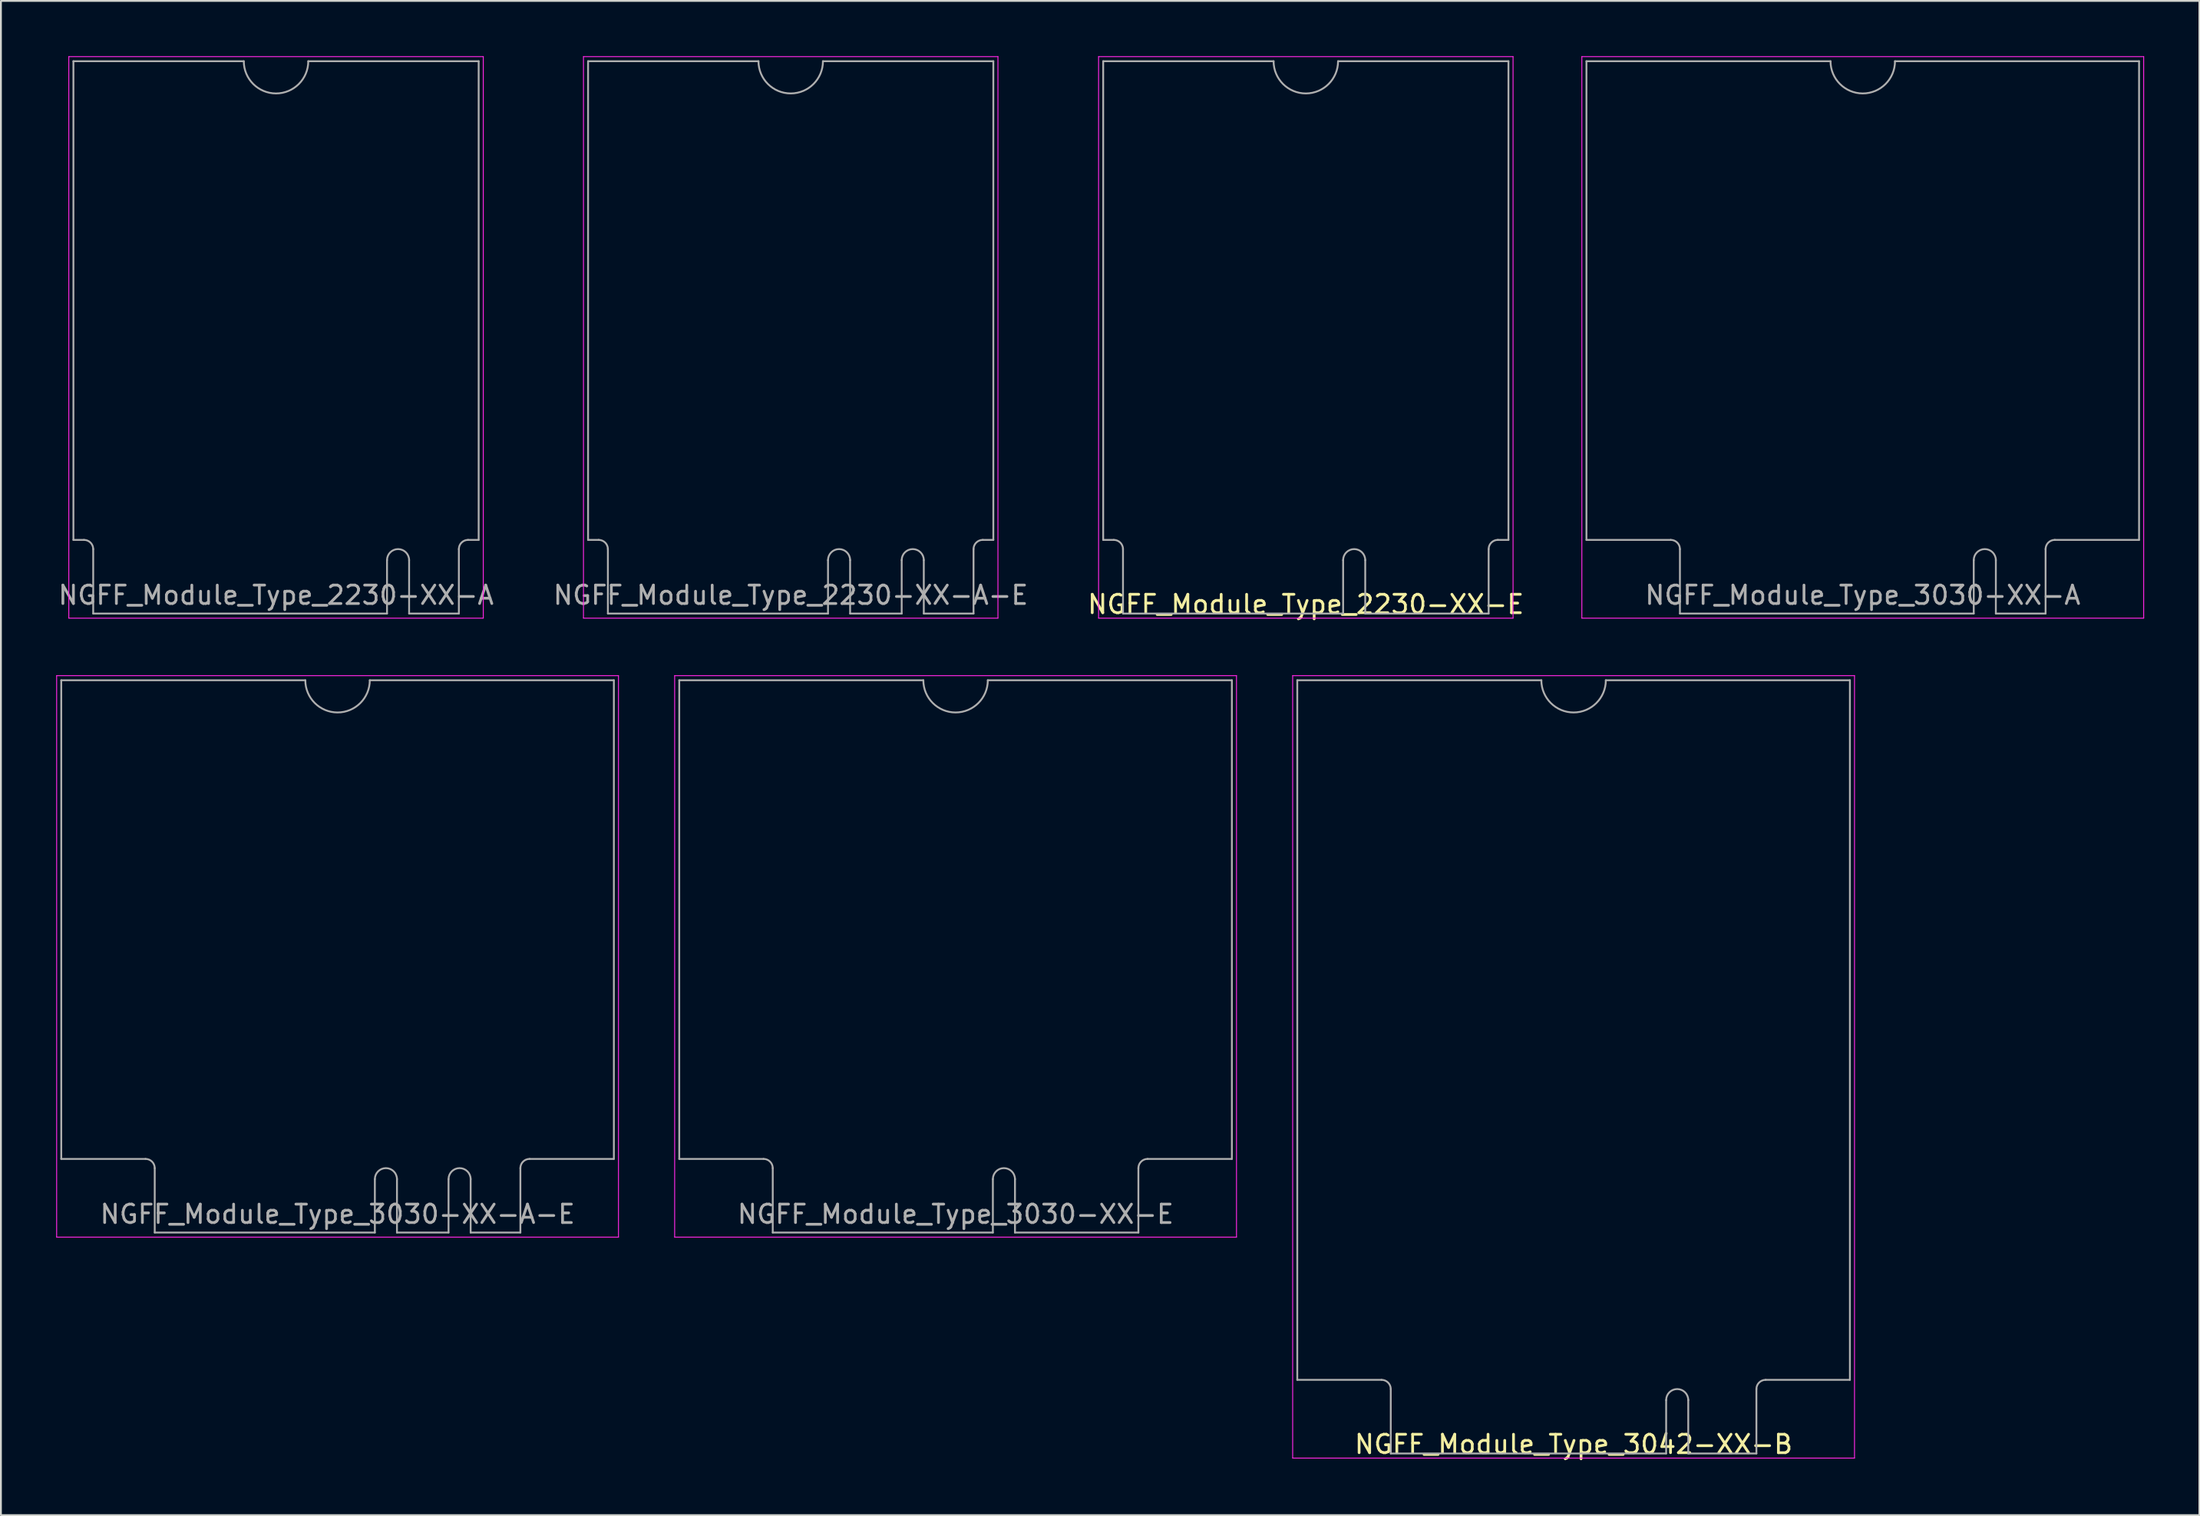
<source format=kicad_pcb>
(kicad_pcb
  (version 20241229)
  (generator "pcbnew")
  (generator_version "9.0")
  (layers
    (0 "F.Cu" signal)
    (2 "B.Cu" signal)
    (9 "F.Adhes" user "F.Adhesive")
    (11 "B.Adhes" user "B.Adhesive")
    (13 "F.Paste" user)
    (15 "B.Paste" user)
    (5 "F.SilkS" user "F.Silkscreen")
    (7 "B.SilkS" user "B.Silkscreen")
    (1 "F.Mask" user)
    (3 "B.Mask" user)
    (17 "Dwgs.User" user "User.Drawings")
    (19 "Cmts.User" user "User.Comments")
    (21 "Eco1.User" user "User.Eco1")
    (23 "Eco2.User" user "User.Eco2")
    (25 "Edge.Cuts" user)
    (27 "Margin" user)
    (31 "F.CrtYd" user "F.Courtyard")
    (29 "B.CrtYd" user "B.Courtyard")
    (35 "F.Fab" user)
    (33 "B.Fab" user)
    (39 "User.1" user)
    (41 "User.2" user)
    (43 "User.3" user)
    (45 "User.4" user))
  (footprint "NGFF_Module_Type_2230-XX-A"
    (layer "F.Cu")
    (at 11.935 30.275)
    (property "Reference" "NGFF_Module_Type_2230-XX-A" (at 0 -1 0) (unlocked yes) (layer "F.Fab") (effects (font (size 1 1) (thickness 0.15))))
    (attr exclude_from_pos_files exclude_from_bom)
    (fp_line (start -11.25 -30.25) (end 11.25 -30.25) (stroke (width 0.05) (type solid)) (layer "F.CrtYd"))
    (fp_line (start -11.25 0.25) (end -11.25 -30.25) (stroke (width 0.05) (type solid)) (layer "F.CrtYd"))
    (fp_line (start 11.25 -30.25) (end 11.25 0.25) (stroke (width 0.05) (type solid)) (layer "F.CrtYd"))
    (fp_line (start 11.25 0.25) (end -11.25 0.25) (stroke (width 0.05) (type solid)) (layer "F.CrtYd"))
    (fp_line (start -11 -30) (end -1.75 -30) (stroke (width 0.1) (type solid)) (layer "F.Fab"))
    (fp_line (start -11 -4) (end -11 -30) (stroke (width 0.1) (type solid)) (layer "F.Fab"))
    (fp_line (start -11 -4) (end -10.425 -4) (stroke (width 0.1) (type solid)) (layer "F.Fab"))
    (fp_line (start -9.925 -3.5) (end -9.925 0) (stroke (width 0.1) (type solid)) (layer "F.Fab"))
    (fp_line (start -9.925 0) (end 6.025 0) (stroke (width 0.1) (type solid)) (layer "F.Fab"))
    (fp_line (start 1.75 -30) (end 11 -30) (stroke (width 0.1) (type solid)) (layer "F.Fab"))
    (fp_line (start 6.025 0) (end 6.025 -2.9) (stroke (width 0.1) (type solid)) (layer "F.Fab"))
    (fp_line (start 7.225 -2.9) (end 7.225 0) (stroke (width 0.1) (type solid)) (layer "F.Fab"))
    (fp_line (start 7.225 0) (end 9.925 0) (stroke (width 0.1) (type solid)) (layer "F.Fab"))
    (fp_line (start 9.925 0) (end 9.925 -3.5) (stroke (width 0.1) (type solid)) (layer "F.Fab"))
    (fp_line (start 10.425 -4) (end 11 -4) (stroke (width 0.1) (type solid)) (layer "F.Fab"))
    (fp_line (start 11 -30) (end 11 -4) (stroke (width 0.1) (type solid)) (layer "F.Fab"))
    (fp_arc (start -10.425 -4) (mid -10.071448 -3.853554) (end -9.925002 -3.500002) (stroke (width 0.1) (type solid)) (layer "F.Fab"))
    (fp_arc (start 1.75 -30) (mid 0 -28.25) (end -1.75 -30) (stroke (width 0.1) (type solid)) (layer "F.Fab"))
    (fp_arc (start 6.025 -2.9) (mid 6.625 -3.5) (end 7.225 -2.9) (stroke (width 0.1) (type solid)) (layer "F.Fab"))
    (fp_arc (start 9.925 -3.5) (mid 10.071446 -3.853553) (end 10.424999 -3.999999) (stroke (width 0.1) (type solid)) (layer "F.Fab")))
  (footprint "NGFF_Module_Type_2230-XX-A-E"
    (layer "F.Cu")
    (at 39.875 30.275)
    (property "Reference" "NGFF_Module_Type_2230-XX-A-E" (at 0 -1 0) (unlocked yes) (layer "F.Fab") (effects (font (size 1 1) (thickness 0.15))))
    (attr exclude_from_pos_files exclude_from_bom)
    (fp_line (start -11.25 -30.25) (end 11.25 -30.25) (stroke (width 0.05) (type solid)) (layer "F.CrtYd"))
    (fp_line (start -11.25 0.25) (end -11.25 -30.25) (stroke (width 0.05) (type solid)) (layer "F.CrtYd"))
    (fp_line (start 11.25 -30.25) (end 11.25 0.25) (stroke (width 0.05) (type solid)) (layer "F.CrtYd"))
    (fp_line (start 11.25 0.25) (end -11.25 0.25) (stroke (width 0.05) (type solid)) (layer "F.CrtYd"))
    (fp_line (start -11 -30) (end -1.75 -30) (stroke (width 0.1) (type solid)) (layer "F.Fab"))
    (fp_line (start -11 -4) (end -11 -30) (stroke (width 0.1) (type solid)) (layer "F.Fab"))
    (fp_line (start -11 -4) (end -10.425 -4) (stroke (width 0.1) (type solid)) (layer "F.Fab"))
    (fp_line (start -9.925 -3.5) (end -9.925 0) (stroke (width 0.1) (type solid)) (layer "F.Fab"))
    (fp_line (start -9.925 0) (end 2.025 0) (stroke (width 0.1) (type solid)) (layer "F.Fab"))
    (fp_line (start 1.75 -30) (end 11 -30) (stroke (width 0.1) (type solid)) (layer "F.Fab"))
    (fp_line (start 2.025 0) (end 2.025 -2.9) (stroke (width 0.1) (type solid)) (layer "F.Fab"))
    (fp_line (start 3.225 -2.9) (end 3.225 0) (stroke (width 0.1) (type solid)) (layer "F.Fab"))
    (fp_line (start 3.225 0) (end 6.025 0) (stroke (width 0.1) (type solid)) (layer "F.Fab"))
    (fp_line (start 6.025 0) (end 6.025 -2.9) (stroke (width 0.1) (type solid)) (layer "F.Fab"))
    (fp_line (start 7.225 -2.9) (end 7.225 0) (stroke (width 0.1) (type solid)) (layer "F.Fab"))
    (fp_line (start 7.225 0) (end 9.925 0) (stroke (width 0.1) (type solid)) (layer "F.Fab"))
    (fp_line (start 9.925 0) (end 9.925 -3.5) (stroke (width 0.1) (type solid)) (layer "F.Fab"))
    (fp_line (start 10.425 -4) (end 11 -4) (stroke (width 0.1) (type solid)) (layer "F.Fab"))
    (fp_line (start 11 -30) (end 11 -4) (stroke (width 0.1) (type solid)) (layer "F.Fab"))
    (fp_arc (start -10.425 -4) (mid -10.071448 -3.853554) (end -9.925002 -3.500002) (stroke (width 0.1) (type solid)) (layer "F.Fab"))
    (fp_arc (start 1.75 -30) (mid 0 -28.25) (end -1.75 -30) (stroke (width 0.1) (type solid)) (layer "F.Fab"))
    (fp_arc (start 2.025 -2.9) (mid 2.625 -3.5) (end 3.225 -2.9) (stroke (width 0.1) (type solid)) (layer "F.Fab"))
    (fp_arc (start 6.025 -2.9) (mid 6.625 -3.5) (end 7.225 -2.9) (stroke (width 0.1) (type solid)) (layer "F.Fab"))
    (fp_arc (start 9.925 -3.5) (mid 10.071446 -3.853553) (end 10.424999 -3.999999) (stroke (width 0.1) (type solid)) (layer "F.Fab")))
  (footprint "NGFF_Module_Type_3030-XX-E"
    (layer "F.Cu")
    (at 48.825 63.898)
    (property "Reference" "NGFF_Module_Type_3030-XX-E" (at 0 -1 0) (unlocked yes) (layer "F.Fab") (effects (font (size 1 1) (thickness 0.15))))
    (attr exclude_from_pos_files exclude_from_bom)
    (fp_line (start -15.25 -30.25) (end 15.25 -30.25) (stroke (width 0.05) (type solid)) (layer "F.CrtYd"))
    (fp_line (start -15.25 0.25) (end -15.25 -30.25) (stroke (width 0.05) (type solid)) (layer "F.CrtYd"))
    (fp_line (start 15.25 -30.25) (end 15.25 0.25) (stroke (width 0.05) (type solid)) (layer "F.CrtYd"))
    (fp_line (start 15.25 0.25) (end -15.25 0.25) (stroke (width 0.05) (type solid)) (layer "F.CrtYd"))
    (fp_line (start -15 -30) (end -1.75 -30) (stroke (width 0.1) (type solid)) (layer "F.Fab"))
    (fp_line (start -15 -4) (end -15 -30) (stroke (width 0.1) (type solid)) (layer "F.Fab"))
    (fp_line (start -15 -4) (end -10.425 -4) (stroke (width 0.1) (type solid)) (layer "F.Fab"))
    (fp_line (start -9.925 -3.5) (end -9.925 0) (stroke (width 0.1) (type solid)) (layer "F.Fab"))
    (fp_line (start -9.925 0) (end 2.025 0) (stroke (width 0.1) (type solid)) (layer "F.Fab"))
    (fp_line (start 1.75 -30) (end 15 -30) (stroke (width 0.1) (type solid)) (layer "F.Fab"))
    (fp_line (start 2.025 0) (end 2.025 -2.9) (stroke (width 0.1) (type solid)) (layer "F.Fab"))
    (fp_line (start 3.225 -2.9) (end 3.225 0) (stroke (width 0.1) (type solid)) (layer "F.Fab"))
    (fp_line (start 3.225 0) (end 9.925 0) (stroke (width 0.1) (type solid)) (layer "F.Fab"))
    (fp_line (start 9.925 0) (end 9.925 -3.5) (stroke (width 0.1) (type solid)) (layer "F.Fab"))
    (fp_line (start 10.425 -4) (end 15 -4) (stroke (width 0.1) (type solid)) (layer "F.Fab"))
    (fp_line (start 15 -30) (end 15 -4) (stroke (width 0.1) (type solid)) (layer "F.Fab"))
    (fp_arc (start -10.425 -4) (mid -10.071448 -3.853554) (end -9.925002 -3.500002) (stroke (width 0.1) (type solid)) (layer "F.Fab"))
    (fp_arc (start 1.75 -30) (mid 0 -28.25) (end -1.75 -30) (stroke (width 0.1) (type solid)) (layer "F.Fab"))
    (fp_arc (start 2.025 -2.9) (mid 2.625 -3.5) (end 3.225 -2.9) (stroke (width 0.1) (type solid)) (layer "F.Fab"))
    (fp_arc (start 9.925 -3.5) (mid 10.071446 -3.853553) (end 10.424999 -3.999999) (stroke (width 0.1) (type solid)) (layer "F.Fab")))
  (footprint "NGFF_Module_Type_2230-XX-E"
    (layer "F.Cu")
    (at 67.839 30.275)
    (property "Reference" "NGFF_Module_Type_2230-XX-E" (at 0 -0.5 0) (unlocked yes) (layer "F.SilkS") (effects (font (size 1 1) (thickness 0.15))))
    (attr exclude_from_pos_files exclude_from_bom)
    (fp_line (start -11.25 -30.25) (end 11.25 -30.25) (stroke (width 0.05) (type solid)) (layer "F.CrtYd"))
    (fp_line (start -11.25 0.25) (end -11.25 -30.25) (stroke (width 0.05) (type solid)) (layer "F.CrtYd"))
    (fp_line (start 11.25 -30.25) (end 11.25 0.25) (stroke (width 0.05) (type solid)) (layer "F.CrtYd"))
    (fp_line (start 11.25 0.25) (end -11.25 0.25) (stroke (width 0.05) (type solid)) (layer "F.CrtYd"))
    (fp_line (start -11 -30) (end -1.75 -30) (stroke (width 0.1) (type solid)) (layer "F.Fab"))
    (fp_line (start -11 -4) (end -11 -30) (stroke (width 0.1) (type solid)) (layer "F.Fab"))
    (fp_line (start -11 -4) (end -10.425 -4) (stroke (width 0.1) (type solid)) (layer "F.Fab"))
    (fp_line (start -9.925 -3.5) (end -9.925 0) (stroke (width 0.1) (type solid)) (layer "F.Fab"))
    (fp_line (start -9.925 0) (end 2.025 0) (stroke (width 0.1) (type solid)) (layer "F.Fab"))
    (fp_line (start 1.75 -30) (end 11 -30) (stroke (width 0.1) (type solid)) (layer "F.Fab"))
    (fp_line (start 2.025 0) (end 2.025 -2.9) (stroke (width 0.1) (type solid)) (layer "F.Fab"))
    (fp_line (start 3.225 -2.9) (end 3.225 0) (stroke (width 0.1) (type solid)) (layer "F.Fab"))
    (fp_line (start 3.225 0) (end 9.925 0) (stroke (width 0.1) (type solid)) (layer "F.Fab"))
    (fp_line (start 9.925 0) (end 9.925 -3.5) (stroke (width 0.1) (type solid)) (layer "F.Fab"))
    (fp_line (start 10.425 -4) (end 11 -4) (stroke (width 0.1) (type solid)) (layer "F.Fab"))
    (fp_line (start 11 -30) (end 11 -4) (stroke (width 0.1) (type solid)) (layer "F.Fab"))
    (fp_arc (start -10.425 -4) (mid -10.071448 -3.853554) (end -9.925002 -3.500002) (stroke (width 0.1) (type solid)) (layer "F.Fab"))
    (fp_arc (start 1.75 -30) (mid 0 -28.25) (end -1.75 -30) (stroke (width 0.1) (type solid)) (layer "F.Fab"))
    (fp_arc (start 2.025 -2.9) (mid 2.625 -3.5) (end 3.225 -2.9) (stroke (width 0.1) (type solid)) (layer "F.Fab"))
    (fp_arc (start 9.925 -3.5) (mid 10.071446 -3.853553) (end 10.424999 -3.999999) (stroke (width 0.1) (type solid)) (layer "F.Fab")))
  (footprint "NGFF_Module_Type_3030-XX-A"
    (layer "F.Cu")
    (at 98.073 30.275)
    (property "Reference" "NGFF_Module_Type_3030-XX-A" (at 0 -1 0) (unlocked yes) (layer "F.Fab") (effects (font (size 1 1) (thickness 0.15))))
    (attr exclude_from_pos_files exclude_from_bom)
    (fp_line (start -15.25 -30.25) (end 15.25 -30.25) (stroke (width 0.05) (type solid)) (layer "F.CrtYd"))
    (fp_line (start -15.25 0.25) (end -15.25 -30.25) (stroke (width 0.05) (type solid)) (layer "F.CrtYd"))
    (fp_line (start 15.25 -30.25) (end 15.25 0.25) (stroke (width 0.05) (type solid)) (layer "F.CrtYd"))
    (fp_line (start 15.25 0.25) (end -15.25 0.25) (stroke (width 0.05) (type solid)) (layer "F.CrtYd"))
    (fp_line (start -15 -30) (end -1.75 -30) (stroke (width 0.1) (type solid)) (layer "F.Fab"))
    (fp_line (start -15 -4) (end -15 -30) (stroke (width 0.1) (type solid)) (layer "F.Fab"))
    (fp_line (start -15 -4) (end -10.425 -4) (stroke (width 0.1) (type solid)) (layer "F.Fab"))
    (fp_line (start -9.925 -3.5) (end -9.925 0) (stroke (width 0.1) (type solid)) (layer "F.Fab"))
    (fp_line (start -9.925 0) (end 6.025 0) (stroke (width 0.1) (type solid)) (layer "F.Fab"))
    (fp_line (start 1.75 -30) (end 15 -30) (stroke (width 0.1) (type solid)) (layer "F.Fab"))
    (fp_line (start 6.025 0) (end 6.025 -2.9) (stroke (width 0.1) (type solid)) (layer "F.Fab"))
    (fp_line (start 7.225 -2.9) (end 7.225 0) (stroke (width 0.1) (type solid)) (layer "F.Fab"))
    (fp_line (start 7.225 0) (end 9.925 0) (stroke (width 0.1) (type solid)) (layer "F.Fab"))
    (fp_line (start 9.925 0) (end 9.925 -3.5) (stroke (width 0.1) (type solid)) (layer "F.Fab"))
    (fp_line (start 10.425 -4) (end 15 -4) (stroke (width 0.1) (type solid)) (layer "F.Fab"))
    (fp_line (start 15 -30) (end 15 -4) (stroke (width 0.1) (type solid)) (layer "F.Fab"))
    (fp_arc (start -10.425 -4) (mid -10.071448 -3.853554) (end -9.925002 -3.500002) (stroke (width 0.1) (type solid)) (layer "F.Fab"))
    (fp_arc (start 1.75 -30) (mid 0 -28.25) (end -1.75 -30) (stroke (width 0.1) (type solid)) (layer "F.Fab"))
    (fp_arc (start 6.025 -2.9) (mid 6.625 -3.5) (end 7.225 -2.9) (stroke (width 0.1) (type solid)) (layer "F.Fab"))
    (fp_arc (start 9.925 -3.5) (mid 10.071446 -3.853553) (end 10.424999 -3.999999) (stroke (width 0.1) (type solid)) (layer "F.Fab")))
  (footprint "NGFF_Module_Type_3030-XX-A-E"
    (layer "F.Cu")
    (at 15.275 63.898)
    (property "Reference" "NGFF_Module_Type_3030-XX-A-E" (at 0 -1 0) (unlocked yes) (layer "F.Fab") (effects (font (size 1 1) (thickness 0.15))))
    (attr exclude_from_pos_files exclude_from_bom)
    (fp_line (start -15.25 -30.25) (end 15.25 -30.25) (stroke (width 0.05) (type solid)) (layer "F.CrtYd"))
    (fp_line (start -15.25 0.25) (end -15.25 -30.25) (stroke (width 0.05) (type solid)) (layer "F.CrtYd"))
    (fp_line (start 15.25 -30.25) (end 15.25 0.25) (stroke (width 0.05) (type solid)) (layer "F.CrtYd"))
    (fp_line (start 15.25 0.25) (end -15.25 0.25) (stroke (width 0.05) (type solid)) (layer "F.CrtYd"))
    (fp_line (start -15 -30) (end -1.75 -30) (stroke (width 0.1) (type solid)) (layer "F.Fab"))
    (fp_line (start -15 -4) (end -15 -30) (stroke (width 0.1) (type solid)) (layer "F.Fab"))
    (fp_line (start -15 -4) (end -10.425 -4) (stroke (width 0.1) (type solid)) (layer "F.Fab"))
    (fp_line (start -9.925 -3.5) (end -9.925 0) (stroke (width 0.1) (type solid)) (layer "F.Fab"))
    (fp_line (start -9.925 0) (end 2.025 0) (stroke (width 0.1) (type solid)) (layer "F.Fab"))
    (fp_line (start 1.75 -30) (end 15 -30) (stroke (width 0.1) (type solid)) (layer "F.Fab"))
    (fp_line (start 2.025 0) (end 2.025 -2.9) (stroke (width 0.1) (type solid)) (layer "F.Fab"))
    (fp_line (start 3.225 -2.9) (end 3.225 0) (stroke (width 0.1) (type solid)) (layer "F.Fab"))
    (fp_line (start 3.225 0) (end 6.025 0) (stroke (width 0.1) (type solid)) (layer "F.Fab"))
    (fp_line (start 6.025 0) (end 6.025 -2.9) (stroke (width 0.1) (type solid)) (layer "F.Fab"))
    (fp_line (start 7.225 -2.9) (end 7.225 0) (stroke (width 0.1) (type solid)) (layer "F.Fab"))
    (fp_line (start 7.225 0) (end 9.925 0) (stroke (width 0.1) (type solid)) (layer "F.Fab"))
    (fp_line (start 9.925 0) (end 9.925 -3.5) (stroke (width 0.1) (type solid)) (layer "F.Fab"))
    (fp_line (start 10.425 -4) (end 15 -4) (stroke (width 0.1) (type solid)) (layer "F.Fab"))
    (fp_line (start 15 -30) (end 15 -4) (stroke (width 0.1) (type solid)) (layer "F.Fab"))
    (fp_arc (start -10.425 -4) (mid -10.071448 -3.853554) (end -9.925002 -3.500002) (stroke (width 0.1) (type solid)) (layer "F.Fab"))
    (fp_arc (start 1.75 -30) (mid 0 -28.25) (end -1.75 -30) (stroke (width 0.1) (type solid)) (layer "F.Fab"))
    (fp_arc (start 2.025 -2.9) (mid 2.625 -3.5) (end 3.225 -2.9) (stroke (width 0.1) (type solid)) (layer "F.Fab"))
    (fp_arc (start 6.025 -2.9) (mid 6.625 -3.5) (end 7.225 -2.9) (stroke (width 0.1) (type solid)) (layer "F.Fab"))
    (fp_arc (start 9.925 -3.5) (mid 10.071446 -3.853553) (end 10.424999 -3.999999) (stroke (width 0.1) (type solid)) (layer "F.Fab")))
  (footprint "NGFF_Module_Type_3042-XX-B"
    (layer "F.Cu")
    (at 82.375 75.898)
    (property "Reference" "NGFF_Module_Type_3042-XX-B" (at 0 -0.5 0) (unlocked yes) (layer "F.SilkS") (effects (font (size 1 1) (thickness 0.15))))
    (attr exclude_from_pos_files exclude_from_bom)
    (fp_line (start -15.25 -42.25) (end 15.25 -42.25) (stroke (width 0.05) (type solid)) (layer "F.CrtYd"))
    (fp_line (start -15.25 0.25) (end -15.25 -42.25) (stroke (width 0.05) (type solid)) (layer "F.CrtYd"))
    (fp_line (start 15.25 -42.25) (end 15.25 0.25) (stroke (width 0.05) (type solid)) (layer "F.CrtYd"))
    (fp_line (start 15.25 0.25) (end -15.25 0.25) (stroke (width 0.05) (type solid)) (layer "F.CrtYd"))
    (fp_line (start -15 -42) (end -1.75 -42) (stroke (width 0.1) (type solid)) (layer "F.Fab"))
    (fp_line (start -15 -4) (end -15 -42) (stroke (width 0.1) (type solid)) (layer "F.Fab"))
    (fp_line (start -15 -4) (end -10.425 -4) (stroke (width 0.1) (type solid)) (layer "F.Fab"))
    (fp_line (start -9.925 -3.5) (end -9.925 0) (stroke (width 0.1) (type solid)) (layer "F.Fab"))
    (fp_line (start -9.925 0) (end 5.025 0) (stroke (width 0.1) (type solid)) (layer "F.Fab"))
    (fp_line (start 1.75 -42) (end 15 -42) (stroke (width 0.1) (type solid)) (layer "F.Fab"))
    (fp_line (start 5.025 0) (end 5.025 -2.9) (stroke (width 0.1) (type solid)) (layer "F.Fab"))
    (fp_line (start 6.225 -2.9) (end 6.225 0) (stroke (width 0.1) (type solid)) (layer "F.Fab"))
    (fp_line (start 6.225 0) (end 9.925 0) (stroke (width 0.1) (type solid)) (layer "F.Fab"))
    (fp_line (start 9.925 0) (end 9.925 -3.5) (stroke (width 0.1) (type solid)) (layer "F.Fab"))
    (fp_line (start 10.425 -4) (end 15 -4) (stroke (width 0.1) (type solid)) (layer "F.Fab"))
    (fp_line (start 15 -42) (end 15 -4) (stroke (width 0.1) (type solid)) (layer "F.Fab"))
    (fp_arc (start -10.425 -4) (mid -10.071448 -3.853554) (end -9.925002 -3.500002) (stroke (width 0.1) (type solid)) (layer "F.Fab"))
    (fp_arc (start 1.75 -42) (mid 0 -40.25) (end -1.75 -42) (stroke (width 0.1) (type solid)) (layer "F.Fab"))
    (fp_arc (start 5.025 -2.9) (mid 5.625 -3.5) (end 6.225 -2.9) (stroke (width 0.1) (type solid)) (layer "F.Fab"))
    (fp_arc (start 9.925 -3.5) (mid 10.071446 -3.853553) (end 10.424999 -3.999999) (stroke (width 0.1) (type solid)) (layer "F.Fab")))
  (gr_rect
    (start -3 -3)
    (end 116.348 79.246)
    (stroke (width 0.1) (type default))
    (fill no)
    (layer "Edge.Cuts")))
</source>
